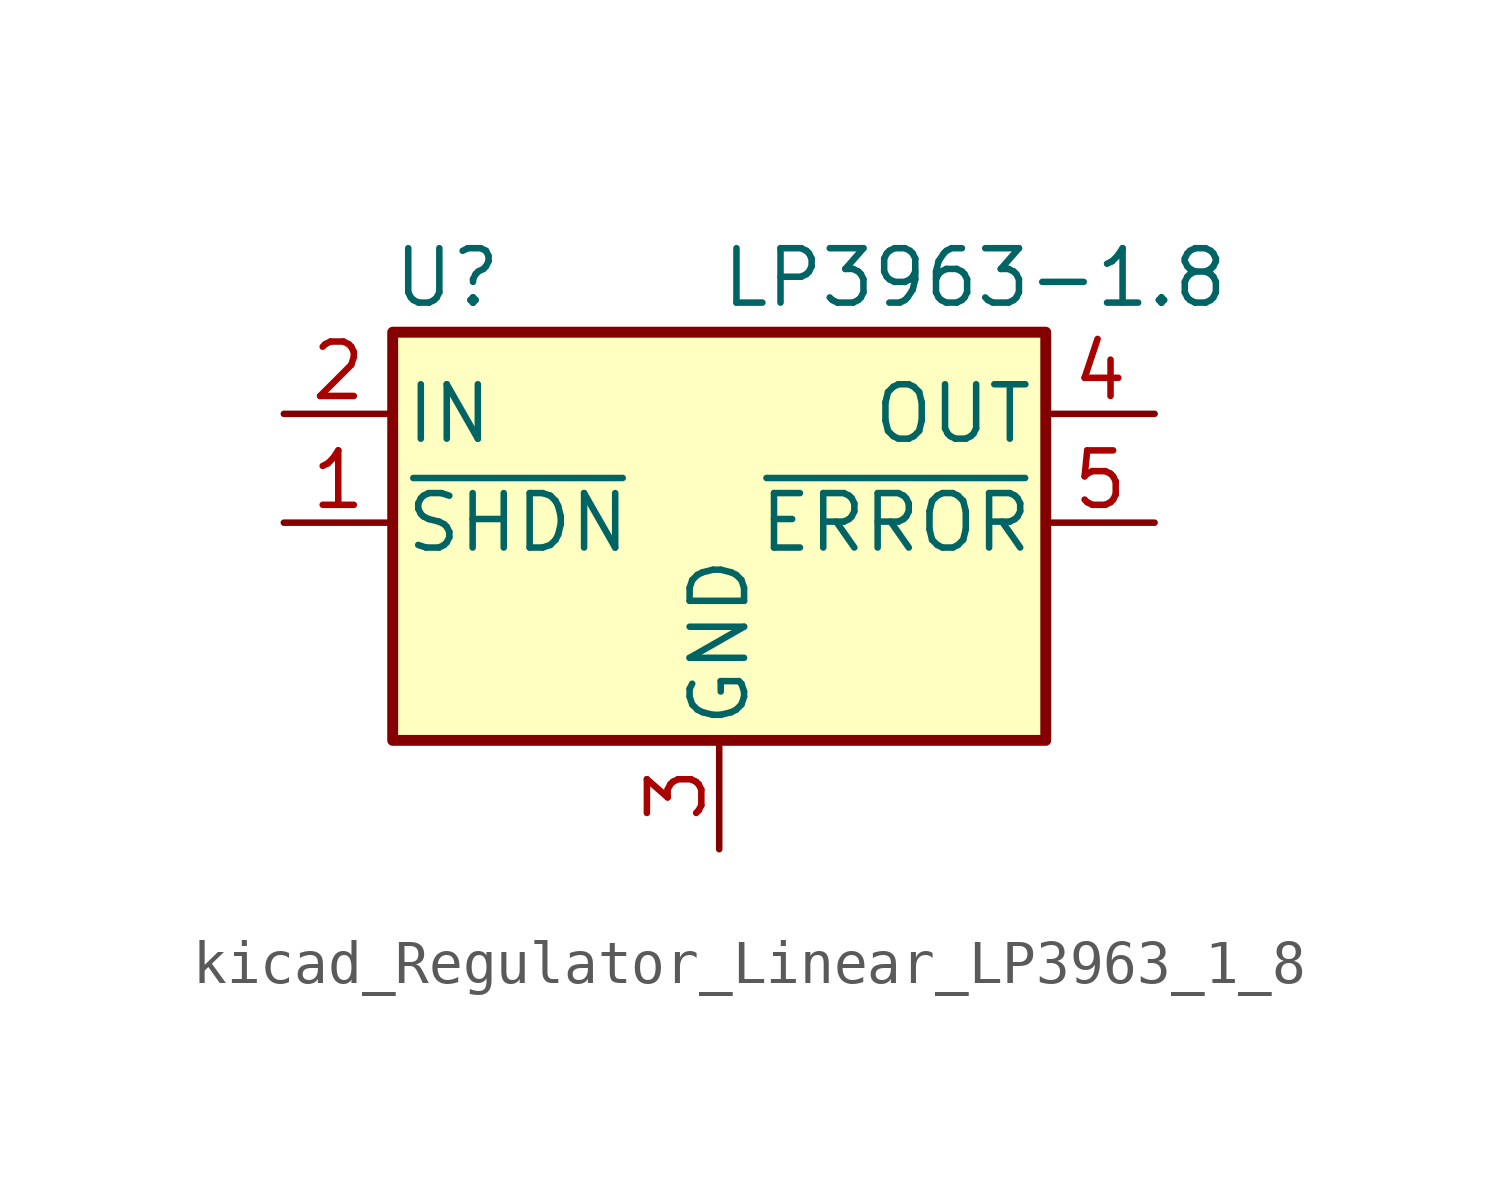
<source format=kicad_sym>
(kicad_symbol_lib
  (version 20220914)
  (generator kicad_symbol_editor)
  (symbol "kicad_Regulator_Linear_LP3963_1_8"
    (pin_names
      (offset 0.254))
    (property "Reference" "U"
      (at -6.35 5.715 0)
      (effects (font (size 1.27 1.27))))
    (property "Value" "LP3963-1.8"
      (at 0 5.715 0)
      (effects (font (size 1.27 1.27)) (justify left)))
    (symbol "kicad_Regulator_Linear_LP3963_1_8_0_1"
      (rectangle (start -7.62 -5.08) (end 7.62 4.445) (stroke (width 0.254) (type default)) (fill (type background))))
    (symbol "kicad_Regulator_Linear_LP3963_1_8_1_1"
      (pin input line (at -10.16 0 0) (length 2.54) (name "~{SHDN}" (effects (font (size 1.27 1.27)))) (number "1" (effects (font (size 1.27 1.27)))))
      (pin power_in line (at -10.16 2.54 0) (length 2.54) (name "IN" (effects (font (size 1.27 1.27)))) (number "2" (effects (font (size 1.27 1.27)))))
      (pin power_in line (at 0 -7.62 90) (length 2.54) (name "GND" (effects (font (size 1.27 1.27)))) (number "3" (effects (font (size 1.27 1.27)))))
      (pin power_out line (at 10.16 2.54 180) (length 2.54) (name "OUT" (effects (font (size 1.27 1.27)))) (number "4" (effects (font (size 1.27 1.27)))))
      (pin output line (at 10.16 0 180) (length 2.54) (name "~{ERROR}" (effects (font (size 1.27 1.27)))) (number "5" (effects (font (size 1.27 1.27))))))))
</source>
